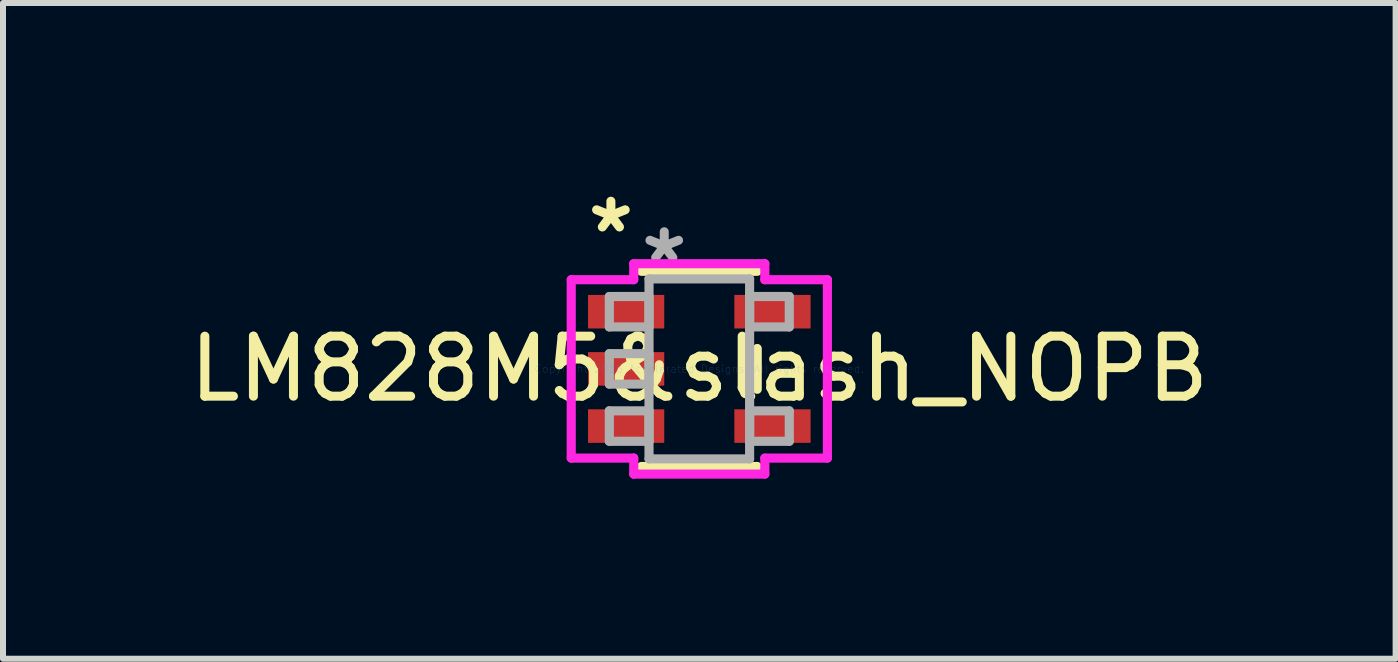
<source format=kicad_pcb>
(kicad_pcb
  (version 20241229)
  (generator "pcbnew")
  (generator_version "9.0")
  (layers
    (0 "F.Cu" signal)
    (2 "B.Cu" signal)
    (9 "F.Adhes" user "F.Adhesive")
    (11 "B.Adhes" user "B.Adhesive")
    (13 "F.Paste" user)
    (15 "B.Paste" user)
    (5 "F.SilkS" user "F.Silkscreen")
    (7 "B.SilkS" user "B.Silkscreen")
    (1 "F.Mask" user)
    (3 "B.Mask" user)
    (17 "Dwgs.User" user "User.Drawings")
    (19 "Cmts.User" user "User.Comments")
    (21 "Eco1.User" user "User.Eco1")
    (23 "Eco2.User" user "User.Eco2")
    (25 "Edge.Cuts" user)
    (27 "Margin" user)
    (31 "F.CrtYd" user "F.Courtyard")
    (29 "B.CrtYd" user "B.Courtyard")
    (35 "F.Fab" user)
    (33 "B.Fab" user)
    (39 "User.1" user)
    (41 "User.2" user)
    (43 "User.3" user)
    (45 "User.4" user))
  (footprint "LM828M5&slash_NOPB"
    (layer "F.Cu")
    (at 8.601 3.096)
    (property "Reference" "LM828M5&slash_NOPB" (at 0 0 0) (layer "F.SilkS") (effects (font (size 1 1) (thickness 0.15))))
    (attr through_hole)
    (fp_line (start -0.965 1.626) (end 0.965 1.626) (stroke (width 0.152) (type solid)) (layer "F.SilkS"))
    (fp_line (start 0.965 -1.626) (end -0.965 -1.626) (stroke (width 0.152) (type solid)) (layer "F.SilkS"))
    (fp_line (start 0.965 0.34) (end 0.965 -0.34) (stroke (width 0.152) (type solid)) (layer "F.SilkS"))
    (fp_line (start -2.134 -1.486) (end -1.092 -1.486) (stroke (width 0.152) (type solid)) (layer "F.CrtYd"))
    (fp_line (start -2.134 1.486) (end -2.134 -1.486) (stroke (width 0.152) (type solid)) (layer "F.CrtYd"))
    (fp_line (start -1.092 -1.753) (end 1.092 -1.753) (stroke (width 0.152) (type solid)) (layer "F.CrtYd"))
    (fp_line (start -1.092 -1.486) (end -1.092 -1.753) (stroke (width 0.152) (type solid)) (layer "F.CrtYd"))
    (fp_line (start -1.092 1.486) (end -2.134 1.486) (stroke (width 0.152) (type solid)) (layer "F.CrtYd"))
    (fp_line (start -1.092 1.753) (end -1.092 1.486) (stroke (width 0.152) (type solid)) (layer "F.CrtYd"))
    (fp_line (start 1.092 -1.753) (end 1.092 -1.486) (stroke (width 0.152) (type solid)) (layer "F.CrtYd"))
    (fp_line (start 1.092 -1.486) (end 2.134 -1.486) (stroke (width 0.152) (type solid)) (layer "F.CrtYd"))
    (fp_line (start 1.092 1.486) (end 1.092 1.753) (stroke (width 0.152) (type solid)) (layer "F.CrtYd"))
    (fp_line (start 1.092 1.753) (end -1.092 1.753) (stroke (width 0.152) (type solid)) (layer "F.CrtYd"))
    (fp_line (start 2.134 -1.486) (end 2.134 1.486) (stroke (width 0.152) (type solid)) (layer "F.CrtYd"))
    (fp_line (start 2.134 1.486) (end 1.092 1.486) (stroke (width 0.152) (type solid)) (layer "F.CrtYd"))
    (fp_line (start -1.499 -1.206) (end -1.499 -0.699) (stroke (width 0.152) (type solid)) (layer "F.Fab"))
    (fp_line (start -1.499 -0.699) (end -0.838 -0.699) (stroke (width 0.152) (type solid)) (layer "F.Fab"))
    (fp_line (start -1.499 -0.254) (end -1.499 0.254) (stroke (width 0.152) (type solid)) (layer "F.Fab"))
    (fp_line (start -1.499 0.254) (end -0.838 0.254) (stroke (width 0.152) (type solid)) (layer "F.Fab"))
    (fp_line (start -1.499 0.699) (end -1.499 1.206) (stroke (width 0.152) (type solid)) (layer "F.Fab"))
    (fp_line (start -1.499 1.206) (end -0.838 1.206) (stroke (width 0.152) (type solid)) (layer "F.Fab"))
    (fp_line (start -0.838 -1.499) (end -0.838 1.499) (stroke (width 0.152) (type solid)) (layer "F.Fab"))
    (fp_line (start -0.838 -1.206) (end -1.499 -1.206) (stroke (width 0.152) (type solid)) (layer "F.Fab"))
    (fp_line (start -0.838 -0.699) (end -0.838 -1.206) (stroke (width 0.152) (type solid)) (layer "F.Fab"))
    (fp_line (start -0.838 -0.254) (end -1.499 -0.254) (stroke (width 0.152) (type solid)) (layer "F.Fab"))
    (fp_line (start -0.838 0.254) (end -0.838 -0.254) (stroke (width 0.152) (type solid)) (layer "F.Fab"))
    (fp_line (start -0.838 0.699) (end -1.499 0.699) (stroke (width 0.152) (type solid)) (layer "F.Fab"))
    (fp_line (start -0.838 1.206) (end -0.838 0.699) (stroke (width 0.152) (type solid)) (layer "F.Fab"))
    (fp_line (start -0.838 1.499) (end 0.838 1.499) (stroke (width 0.152) (type solid)) (layer "F.Fab"))
    (fp_line (start 0.838 -1.499) (end -0.838 -1.499) (stroke (width 0.152) (type solid)) (layer "F.Fab"))
    (fp_line (start 0.838 -1.206) (end 0.838 -0.699) (stroke (width 0.152) (type solid)) (layer "F.Fab"))
    (fp_line (start 0.838 -0.699) (end 1.499 -0.699) (stroke (width 0.152) (type solid)) (layer "F.Fab"))
    (fp_line (start 0.838 0.699) (end 0.838 1.206) (stroke (width 0.152) (type solid)) (layer "F.Fab"))
    (fp_line (start 0.838 1.206) (end 1.499 1.206) (stroke (width 0.152) (type solid)) (layer "F.Fab"))
    (fp_line (start 0.838 1.499) (end 0.838 -1.499) (stroke (width 0.152) (type solid)) (layer "F.Fab"))
    (fp_line (start 1.499 -1.206) (end 0.838 -1.206) (stroke (width 0.152) (type solid)) (layer "F.Fab"))
    (fp_line (start 1.499 -0.699) (end 1.499 -1.206) (stroke (width 0.152) (type solid)) (layer "F.Fab"))
    (fp_line (start 1.499 0.699) (end 0.838 0.699) (stroke (width 0.152) (type solid)) (layer "F.Fab"))
    (fp_line (start 1.499 1.206) (end 1.499 0.699) (stroke (width 0.152) (type solid)) (layer "F.Fab"))
    (fp_text user "*" (at -1.473 -2.248 0) (layer "F.SilkS") (effects (font (size 1 1) (thickness 0.15))))
    (fp_text user "Copyright 2016 Accelerated Designs. All rights reserved." (at 0 0 0) (layer "Cmts.User") (effects (font (size 0.127 0.127) (thickness 0.002))))
    (fp_text user "*" (at -0.584 -1.74 0) (layer "F.Fab") (effects (font (size 1 1) (thickness 0.15))))
    (pad "1" smd rect (at -1.219 -0.953) (size 1.27 0.559) (layers "F.Cu" "F.Mask" "F.Paste"))
    (pad "2" smd rect (at -1.219 0) (size 1.27 0.559) (layers "F.Cu" "F.Mask" "F.Paste"))
    (pad "3" smd rect (at -1.219 0.953) (size 1.27 0.559) (layers "F.Cu" "F.Mask" "F.Paste"))
    (pad "4" smd rect (at 1.219 0.953) (size 1.27 0.559) (layers "F.Cu" "F.Mask" "F.Paste"))
    (pad "5" smd rect (at 1.219 -0.953) (size 1.27 0.559) (layers "F.Cu" "F.Mask" "F.Paste")))
  (gr_rect
    (start -3 -3)
    (end 20.202 7.925)
    (stroke (width 0.1) (type default))
    (fill no)
    (layer "Edge.Cuts")))
</source>
